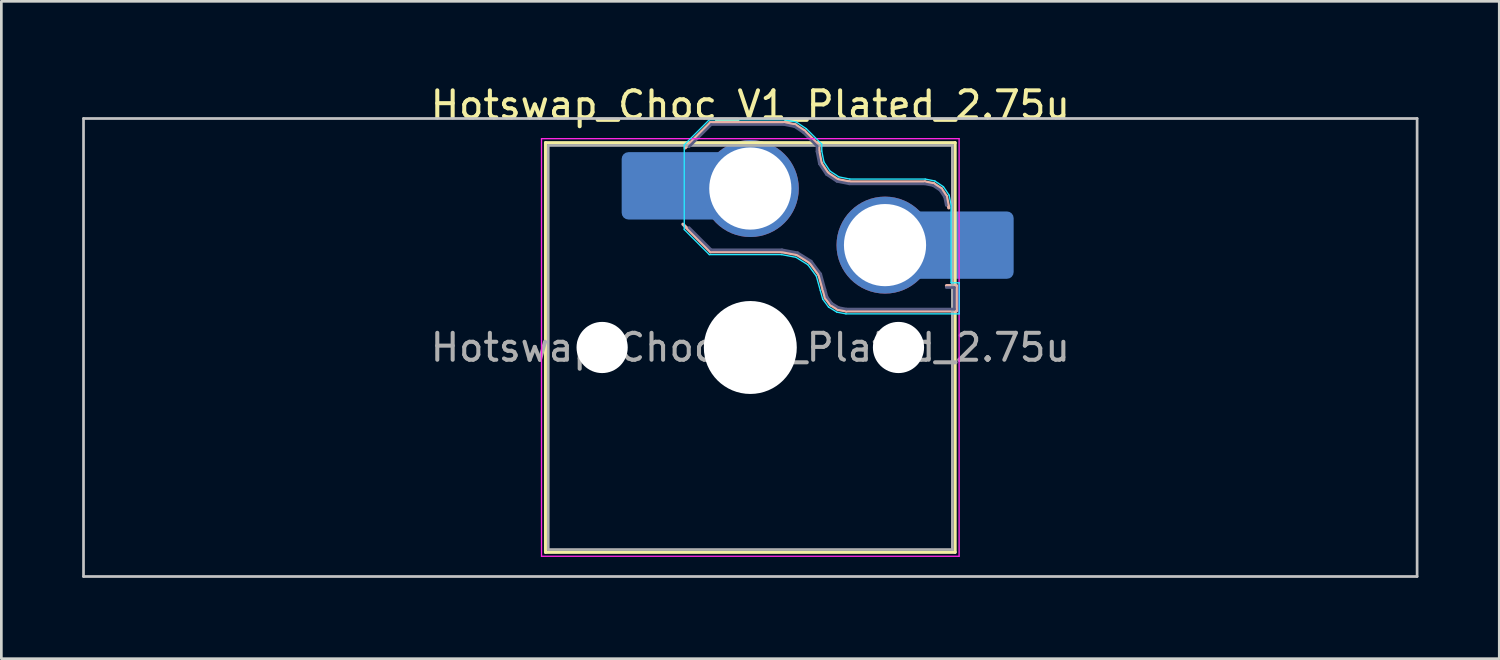
<source format=kicad_pcb>
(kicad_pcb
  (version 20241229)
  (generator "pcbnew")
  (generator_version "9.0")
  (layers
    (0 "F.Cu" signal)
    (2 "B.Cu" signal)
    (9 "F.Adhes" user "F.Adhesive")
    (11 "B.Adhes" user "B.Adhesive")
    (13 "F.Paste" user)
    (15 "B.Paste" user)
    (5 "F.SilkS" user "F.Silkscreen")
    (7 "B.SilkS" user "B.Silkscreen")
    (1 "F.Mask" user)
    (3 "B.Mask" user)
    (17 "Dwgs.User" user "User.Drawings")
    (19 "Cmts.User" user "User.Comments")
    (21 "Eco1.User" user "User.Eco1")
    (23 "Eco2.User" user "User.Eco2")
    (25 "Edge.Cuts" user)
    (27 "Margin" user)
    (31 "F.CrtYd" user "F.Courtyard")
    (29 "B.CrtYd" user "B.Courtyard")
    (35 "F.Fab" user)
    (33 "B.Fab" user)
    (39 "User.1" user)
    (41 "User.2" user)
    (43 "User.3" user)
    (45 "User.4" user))
  (footprint "Hotswap_Choc_V1_Plated_2.75u"
    (layer "F.Cu")
    (at 24.8 9.848)
    (property "Reference" "Hotswap_Choc_V1_Plated_2.75u" (at 0 -9 0) (layer "F.SilkS") (effects (font (size 1 1) (thickness 0.15))))
    (attr smd allow_soldermask_bridges)
    (fp_line (start -7.6 -7.6) (end -7.6 7.6) (stroke (width 0.12) (type solid)) (layer "F.SilkS"))
    (fp_line (start -7.6 7.6) (end 7.6 7.6) (stroke (width 0.12) (type solid)) (layer "F.SilkS"))
    (fp_line (start 7.6 -7.6) (end -7.6 -7.6) (stroke (width 0.12) (type solid)) (layer "F.SilkS"))
    (fp_line (start 7.6 7.6) (end 7.6 -7.6) (stroke (width 0.12) (type solid)) (layer "F.SilkS"))
    (fp_line (start -2.416 -7.409) (end -1.479 -8.346) (stroke (width 0.12) (type solid)) (layer "B.SilkS"))
    (fp_line (start -1.479 -8.346) (end 1.268 -8.346) (stroke (width 0.12) (type solid)) (layer "B.SilkS"))
    (fp_line (start -1.479 -3.554) (end -2.5 -4.575) (stroke (width 0.12) (type solid)) (layer "B.SilkS"))
    (fp_line (start 1.168 -3.554) (end -1.479 -3.554) (stroke (width 0.12) (type solid)) (layer "B.SilkS"))
    (fp_line (start 1.268 -8.346) (end 1.671 -8.266) (stroke (width 0.12) (type solid)) (layer "B.SilkS"))
    (fp_line (start 1.671 -8.266) (end 2.013 -8.037) (stroke (width 0.12) (type solid)) (layer "B.SilkS"))
    (fp_line (start 1.73 -3.449) (end 1.168 -3.554) (stroke (width 0.12) (type solid)) (layer "B.SilkS"))
    (fp_line (start 2.013 -8.037) (end 2.546 -7.504) (stroke (width 0.12) (type solid)) (layer "B.SilkS"))
    (fp_line (start 2.209 -3.15) (end 1.73 -3.449) (stroke (width 0.12) (type solid)) (layer "B.SilkS"))
    (fp_line (start 2.546 -7.504) (end 2.546 -7.282) (stroke (width 0.12) (type solid)) (layer "B.SilkS"))
    (fp_line (start 2.546 -7.282) (end 2.633 -6.844) (stroke (width 0.12) (type solid)) (layer "B.SilkS"))
    (fp_line (start 2.547 -2.697) (end 2.209 -3.15) (stroke (width 0.12) (type solid)) (layer "B.SilkS"))
    (fp_line (start 2.633 -6.844) (end 2.877 -6.477) (stroke (width 0.12) (type solid)) (layer "B.SilkS"))
    (fp_line (start 2.701 -2.139) (end 2.547 -2.697) (stroke (width 0.12) (type solid)) (layer "B.SilkS"))
    (fp_line (start 2.783 -1.841) (end 2.701 -2.139) (stroke (width 0.12) (type solid)) (layer "B.SilkS"))
    (fp_line (start 2.877 -6.477) (end 3.244 -6.233) (stroke (width 0.12) (type solid)) (layer "B.SilkS"))
    (fp_line (start 2.976 -1.583) (end 2.783 -1.841) (stroke (width 0.12) (type solid)) (layer "B.SilkS"))
    (fp_line (start 3.244 -6.233) (end 3.682 -6.146) (stroke (width 0.12) (type solid)) (layer "B.SilkS"))
    (fp_line (start 3.25 -1.413) (end 2.976 -1.583) (stroke (width 0.12) (type solid)) (layer "B.SilkS"))
    (fp_line (start 3.56 -1.354) (end 3.25 -1.413) (stroke (width 0.12) (type solid)) (layer "B.SilkS"))
    (fp_line (start 3.682 -6.146) (end 6.482 -6.146) (stroke (width 0.12) (type solid)) (layer "B.SilkS"))
    (fp_line (start 6.482 -6.146) (end 6.809 -6.081) (stroke (width 0.12) (type solid)) (layer "B.SilkS"))
    (fp_line (start 6.809 -6.081) (end 7.092 -5.892) (stroke (width 0.12) (type solid)) (layer "B.SilkS"))
    (fp_line (start 7.092 -5.892) (end 7.281 -5.609) (stroke (width 0.12) (type solid)) (layer "B.SilkS"))
    (fp_line (start 7.281 -5.609) (end 7.366 -5.182) (stroke (width 0.12) (type solid)) (layer "B.SilkS"))
    (fp_line (start 7.283 -2.296) (end 7.646 -2.296) (stroke (width 0.12) (type solid)) (layer "B.SilkS"))
    (fp_line (start 7.646 -2.296) (end 7.646 -1.354) (stroke (width 0.12) (type solid)) (layer "B.SilkS"))
    (fp_line (start 7.646 -1.354) (end 3.56 -1.354) (stroke (width 0.12) (type solid)) (layer "B.SilkS"))
    (fp_line (start -24.75 -8.5) (end -24.75 8.5) (stroke (width 0.1) (type solid)) (layer "Dwgs.User"))
    (fp_line (start -24.75 8.5) (end 24.75 8.5) (stroke (width 0.1) (type solid)) (layer "Dwgs.User"))
    (fp_line (start 24.75 -8.5) (end -24.75 -8.5) (stroke (width 0.1) (type solid)) (layer "Dwgs.User"))
    (fp_line (start 24.75 8.5) (end 24.75 -8.5) (stroke (width 0.1) (type solid)) (layer "Dwgs.User"))
    (fp_line (start -7.25 -7.25) (end -7.25 7.25) (stroke (width 0.1) (type solid)) (layer "Eco1.User"))
    (fp_line (start -7.25 7.25) (end 7.25 7.25) (stroke (width 0.1) (type solid)) (layer "Eco1.User"))
    (fp_line (start 7.25 -7.25) (end -7.25 -7.25) (stroke (width 0.1) (type solid)) (layer "Eco1.User"))
    (fp_line (start 7.25 7.25) (end 7.25 -7.25) (stroke (width 0.1) (type solid)) (layer "Eco1.User"))
    (fp_line (start -2.452 -7.523) (end -1.523 -8.452) (stroke (width 0.05) (type solid)) (layer "B.CrtYd"))
    (fp_line (start -2.452 -4.377) (end -2.452 -7.523) (stroke (width 0.05) (type solid)) (layer "B.CrtYd"))
    (fp_line (start -1.523 -8.452) (end 1.278 -8.452) (stroke (width 0.05) (type solid)) (layer "B.CrtYd"))
    (fp_line (start -1.523 -3.448) (end -2.452 -4.377) (stroke (width 0.05) (type solid)) (layer "B.CrtYd"))
    (fp_line (start 1.159 -3.448) (end -1.523 -3.448) (stroke (width 0.05) (type solid)) (layer "B.CrtYd"))
    (fp_line (start 1.278 -8.452) (end 1.712 -8.366) (stroke (width 0.05) (type solid)) (layer "B.CrtYd"))
    (fp_line (start 1.691 -3.348) (end 1.159 -3.448) (stroke (width 0.05) (type solid)) (layer "B.CrtYd"))
    (fp_line (start 1.712 -8.366) (end 2.081 -8.119) (stroke (width 0.05) (type solid)) (layer "B.CrtYd"))
    (fp_line (start 2.081 -8.119) (end 2.652 -7.548) (stroke (width 0.05) (type solid)) (layer "B.CrtYd"))
    (fp_line (start 2.136 -3.071) (end 1.691 -3.348) (stroke (width 0.05) (type solid)) (layer "B.CrtYd"))
    (fp_line (start 2.45 -2.65) (end 2.136 -3.071) (stroke (width 0.05) (type solid)) (layer "B.CrtYd"))
    (fp_line (start 2.599 -2.111) (end 2.45 -2.65) (stroke (width 0.05) (type solid)) (layer "B.CrtYd"))
    (fp_line (start 2.652 -7.548) (end 2.652 -7.292) (stroke (width 0.05) (type solid)) (layer "B.CrtYd"))
    (fp_line (start 2.652 -7.292) (end 2.733 -6.885) (stroke (width 0.05) (type solid)) (layer "B.CrtYd"))
    (fp_line (start 2.687 -1.794) (end 2.599 -2.111) (stroke (width 0.05) (type solid)) (layer "B.CrtYd"))
    (fp_line (start 2.733 -6.885) (end 2.953 -6.553) (stroke (width 0.05) (type solid)) (layer "B.CrtYd"))
    (fp_line (start 2.903 -1.503) (end 2.687 -1.794) (stroke (width 0.05) (type solid)) (layer "B.CrtYd"))
    (fp_line (start 2.953 -6.553) (end 3.285 -6.333) (stroke (width 0.05) (type solid)) (layer "B.CrtYd"))
    (fp_line (start 3.211 -1.312) (end 2.903 -1.503) (stroke (width 0.05) (type solid)) (layer "B.CrtYd"))
    (fp_line (start 3.285 -6.333) (end 3.692 -6.252) (stroke (width 0.05) (type solid)) (layer "B.CrtYd"))
    (fp_line (start 3.55 -1.248) (end 3.211 -1.312) (stroke (width 0.05) (type solid)) (layer "B.CrtYd"))
    (fp_line (start 3.692 -6.252) (end 6.492 -6.252) (stroke (width 0.05) (type solid)) (layer "B.CrtYd"))
    (fp_line (start 6.492 -6.252) (end 6.85 -6.181) (stroke (width 0.05) (type solid)) (layer "B.CrtYd"))
    (fp_line (start 6.85 -6.181) (end 7.168 -5.968) (stroke (width 0.05) (type solid)) (layer "B.CrtYd"))
    (fp_line (start 7.168 -5.968) (end 7.381 -5.65) (stroke (width 0.05) (type solid)) (layer "B.CrtYd"))
    (fp_line (start 7.381 -5.65) (end 7.452 -5.292) (stroke (width 0.05) (type solid)) (layer "B.CrtYd"))
    (fp_line (start 7.452 -5.292) (end 7.452 -2.402) (stroke (width 0.05) (type solid)) (layer "B.CrtYd"))
    (fp_line (start 7.452 -2.402) (end 7.752 -2.402) (stroke (width 0.05) (type solid)) (layer "B.CrtYd"))
    (fp_line (start 7.752 -2.402) (end 7.752 -1.248) (stroke (width 0.05) (type solid)) (layer "B.CrtYd"))
    (fp_line (start 7.752 -1.248) (end 3.55 -1.248) (stroke (width 0.05) (type solid)) (layer "B.CrtYd"))
    (fp_line (start -7.75 -7.75) (end -7.75 7.75) (stroke (width 0.05) (type solid)) (layer "F.CrtYd"))
    (fp_line (start -7.75 7.75) (end 7.75 7.75) (stroke (width 0.05) (type solid)) (layer "F.CrtYd"))
    (fp_line (start 7.75 -7.75) (end -7.75 -7.75) (stroke (width 0.05) (type solid)) (layer "F.CrtYd"))
    (fp_line (start 7.75 7.75) (end 7.75 -7.75) (stroke (width 0.05) (type solid)) (layer "F.CrtYd"))
    (fp_line (start -2.275 -7.45) (end -1.45 -8.275) (stroke (width 0.1) (type solid)) (layer "B.Fab"))
    (fp_line (start -1.45 -8.275) (end 1.261 -8.275) (stroke (width 0.1) (type solid)) (layer "B.Fab"))
    (fp_line (start -1.45 -3.625) (end -2.275 -4.45) (stroke (width 0.1) (type solid)) (layer "B.Fab"))
    (fp_line (start 1.175 -3.625) (end -1.45 -3.625) (stroke (width 0.1) (type solid)) (layer "B.Fab"))
    (fp_line (start 1.261 -8.275) (end 1.643 -8.199) (stroke (width 0.1) (type solid)) (layer "B.Fab"))
    (fp_line (start 1.643 -8.199) (end 1.968 -7.982) (stroke (width 0.1) (type solid)) (layer "B.Fab"))
    (fp_line (start 1.756 -3.516) (end 1.175 -3.625) (stroke (width 0.1) (type solid)) (layer "B.Fab"))
    (fp_line (start 1.968 -7.982) (end 2.475 -7.475) (stroke (width 0.1) (type solid)) (layer "B.Fab"))
    (fp_line (start 2.258 -3.203) (end 1.756 -3.516) (stroke (width 0.1) (type solid)) (layer "B.Fab"))
    (fp_line (start 2.475 -7.475) (end 2.475 -7.275) (stroke (width 0.1) (type solid)) (layer "B.Fab"))
    (fp_line (start 2.475 -7.275) (end 2.566 -6.816) (stroke (width 0.1) (type solid)) (layer "B.Fab"))
    (fp_line (start 2.566 -6.816) (end 2.826 -6.426) (stroke (width 0.1) (type solid)) (layer "B.Fab"))
    (fp_line (start 2.612 -2.729) (end 2.258 -3.203) (stroke (width 0.1) (type solid)) (layer "B.Fab"))
    (fp_line (start 2.769 -2.158) (end 2.612 -2.729) (stroke (width 0.1) (type solid)) (layer "B.Fab"))
    (fp_line (start 2.826 -6.426) (end 3.216 -6.166) (stroke (width 0.1) (type solid)) (layer "B.Fab"))
    (fp_line (start 2.848 -1.873) (end 2.769 -2.158) (stroke (width 0.1) (type solid)) (layer "B.Fab"))
    (fp_line (start 3.025 -1.636) (end 2.848 -1.873) (stroke (width 0.1) (type solid)) (layer "B.Fab"))
    (fp_line (start 3.216 -6.166) (end 3.675 -6.075) (stroke (width 0.1) (type solid)) (layer "B.Fab"))
    (fp_line (start 3.276 -1.48) (end 3.025 -1.636) (stroke (width 0.1) (type solid)) (layer "B.Fab"))
    (fp_line (start 3.567 -1.425) (end 3.276 -1.48) (stroke (width 0.1) (type solid)) (layer "B.Fab"))
    (fp_line (start 3.675 -6.075) (end 6.475 -6.075) (stroke (width 0.1) (type solid)) (layer "B.Fab"))
    (fp_line (start 6.475 -6.075) (end 6.781 -6.014) (stroke (width 0.1) (type solid)) (layer "B.Fab"))
    (fp_line (start 6.781 -6.014) (end 7.041 -5.841) (stroke (width 0.1) (type solid)) (layer "B.Fab"))
    (fp_line (start 7.041 -5.841) (end 7.214 -5.581) (stroke (width 0.1) (type solid)) (layer "B.Fab"))
    (fp_line (start 7.214 -5.581) (end 7.275 -5.275) (stroke (width 0.1) (type solid)) (layer "B.Fab"))
    (fp_line (start 7.275 -2.225) (end 7.575 -2.225) (stroke (width 0.1) (type solid)) (layer "B.Fab"))
    (fp_line (start 7.575 -2.225) (end 7.575 -1.425) (stroke (width 0.1) (type solid)) (layer "B.Fab"))
    (fp_line (start 7.575 -1.425) (end 3.567 -1.425) (stroke (width 0.1) (type solid)) (layer "B.Fab"))
    (fp_line (start -7.5 -7.5) (end -7.5 7.5) (stroke (width 0.1) (type solid)) (layer "F.Fab"))
    (fp_line (start -7.5 7.5) (end 7.5 7.5) (stroke (width 0.1) (type solid)) (layer "F.Fab"))
    (fp_line (start 7.5 -7.5) (end -7.5 -7.5) (stroke (width 0.1) (type solid)) (layer "F.Fab"))
    (fp_line (start 7.5 7.5) (end 7.5 -7.5) (stroke (width 0.1) (type solid)) (layer "F.Fab"))
    (fp_text user "${REFERENCE}" (at 0 0 0) (layer "F.Fab") (effects (font (size 1 1) (thickness 0.15))))
    (pad "" np_thru_hole circle (at -5.5 0) (size 1.9 1.9) (drill 1.9) (layers "*.Cu" "*.Mask"))
    (pad "" smd roundrect (at -3.5 -6) (size 2.55 2.5) (layers "B.Mask" "B.Paste") (roundrect_rratio 0.1))
    (pad "" np_thru_hole circle (at 0 0) (size 3.45 3.45) (drill 3.45) (layers "*.Cu" "*.Mask"))
    (pad "" np_thru_hole circle (at 5.5 0) (size 1.9 1.9) (drill 1.9) (layers "*.Cu" "*.Mask"))
    (pad "" smd roundrect (at 8.5 -3.8) (size 2.55 2.5) (layers "B.Mask" "B.Paste") (roundrect_rratio 0.1))
    (pad "1" smd roundrect (at -2.85 -6) (size 3.85 2.5) (layers "B.Cu") (roundrect_rratio 0.1))
    (pad "1" thru_hole circle (at 0 -5.9) (size 3.6 3.6) (drill 3.05) (layers "*.Cu" "*.Mask"))
    (pad "2" thru_hole circle (at 5 -3.8) (size 3.6 3.6) (drill 3.05) (layers "*.Cu" "*.Mask"))
    (pad "2" smd roundrect (at 7.85 -3.8) (size 3.85 2.5) (layers "B.Cu") (roundrect_rratio 0.1)))
  (gr_rect
    (start -3 -3)
    (end 52.6 21.398)
    (stroke (width 0.1) (type default))
    (fill no)
    (layer "Edge.Cuts")))
</source>
